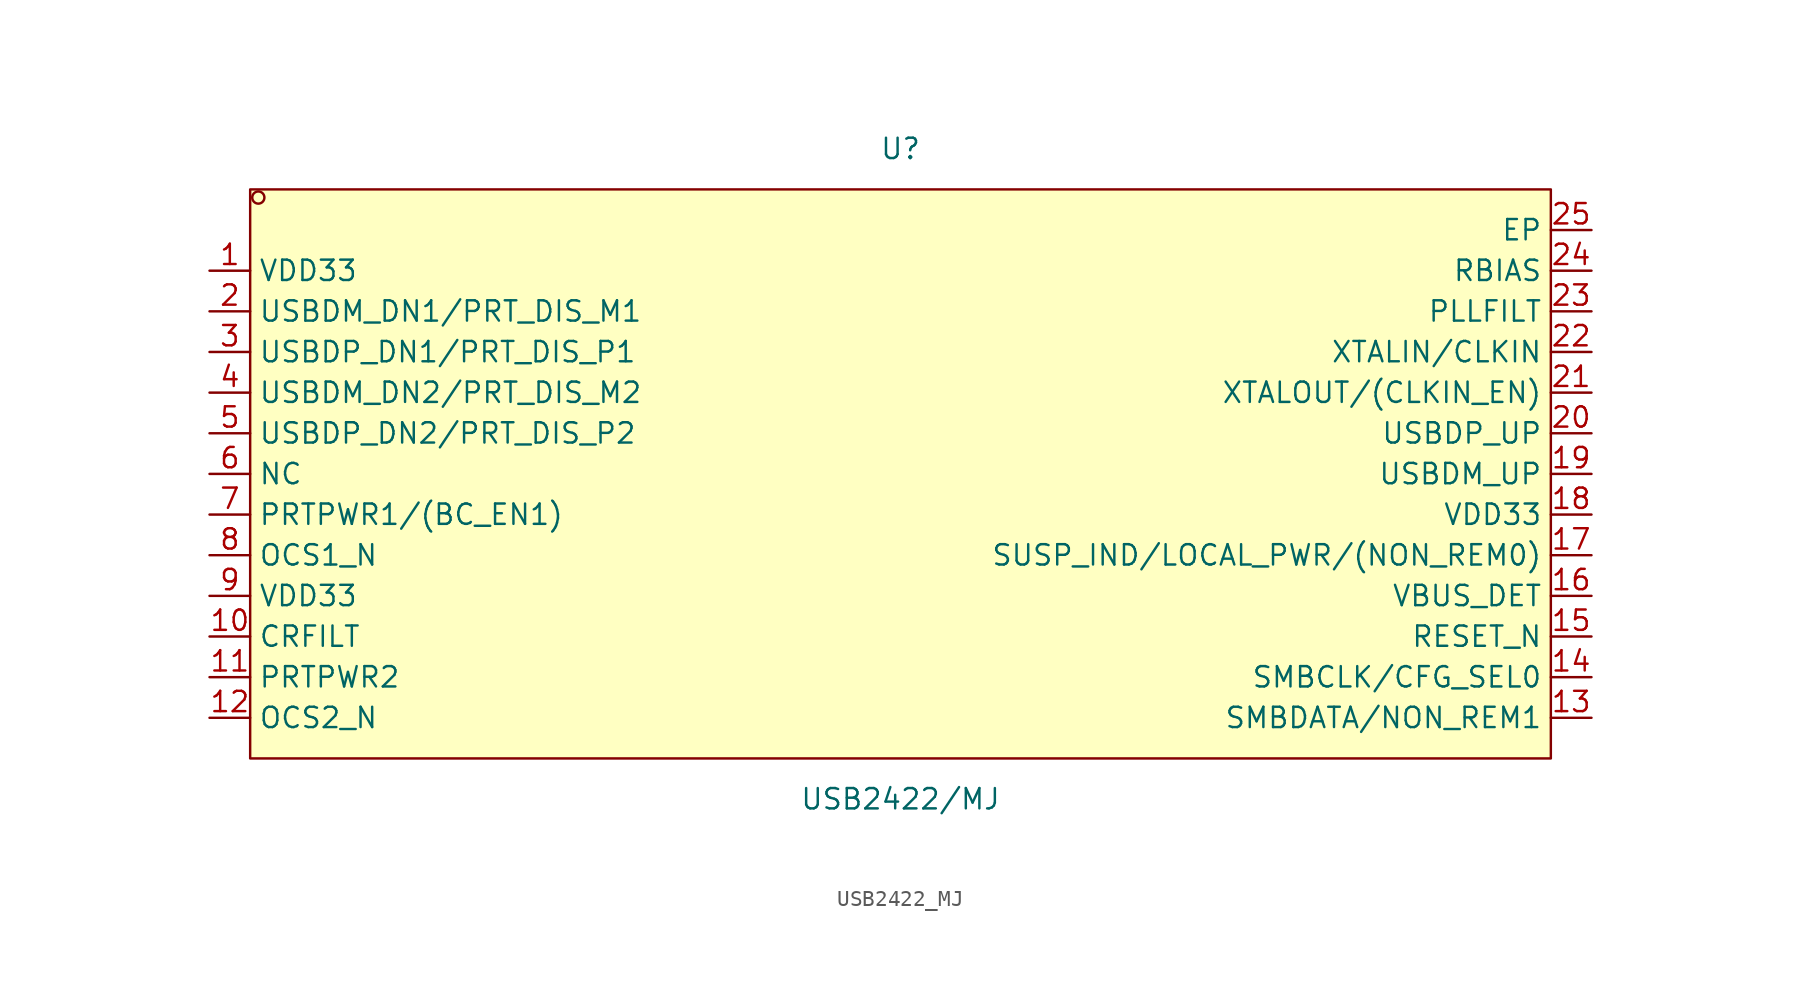
<source format=kicad_sym>
(kicad_symbol_lib
  (version 20211014)
  (generator https://github.com/uPesy/easyeda2kicad.py)
  (symbol "USB2422_MJ"
    (property "Reference" "U"
      (at 0 20.32 0)
      (effects (font (size 1.27 1.27))))
    (property "Value" "USB2422/MJ"
      (at 0 -20.32 0)
      (effects (font (size 1.27 1.27))))
    (symbol "USB2422_MJ_0_1"
      (rectangle (start -40.64 17.78) (end 40.64 -17.78) (stroke (width 0) (type default) (color 0 0 0 0)) (fill (type background)))
      (circle (center -40.13 17.27) (radius 0.38) (stroke (width 0) (type default) (color 0 0 0 0)) (fill (type none)))
      (pin unspecified line (at -43.18 12.70 0) (length 2.54) (name "VDD33" (effects (font (size 1.27 1.27)))) (number "1" (effects (font (size 1.27 1.27)))))
      (pin unspecified line (at -43.18 10.16 0) (length 2.54) (name "USBDM_DN1/PRT_DIS_M1" (effects (font (size 1.27 1.27)))) (number "2" (effects (font (size 1.27 1.27)))))
      (pin unspecified line (at -43.18 7.62 0) (length 2.54) (name "USBDP_DN1/PRT_DIS_P1" (effects (font (size 1.27 1.27)))) (number "3" (effects (font (size 1.27 1.27)))))
      (pin unspecified line (at -43.18 5.08 0) (length 2.54) (name "USBDM_DN2/PRT_DIS_M2" (effects (font (size 1.27 1.27)))) (number "4" (effects (font (size 1.27 1.27)))))
      (pin unspecified line (at -43.18 2.54 0) (length 2.54) (name "USBDP_DN2/PRT_DIS_P2" (effects (font (size 1.27 1.27)))) (number "5" (effects (font (size 1.27 1.27)))))
      (pin unspecified line (at -43.18 -0.00 0) (length 2.54) (name "NC" (effects (font (size 1.27 1.27)))) (number "6" (effects (font (size 1.27 1.27)))))
      (pin unspecified line (at -43.18 -2.54 0) (length 2.54) (name "PRTPWR1/(BC_EN1)" (effects (font (size 1.27 1.27)))) (number "7" (effects (font (size 1.27 1.27)))))
      (pin unspecified line (at -43.18 -5.08 0) (length 2.54) (name "OCS1_N" (effects (font (size 1.27 1.27)))) (number "8" (effects (font (size 1.27 1.27)))))
      (pin unspecified line (at -43.18 -7.62 0) (length 2.54) (name "VDD33" (effects (font (size 1.27 1.27)))) (number "9" (effects (font (size 1.27 1.27)))))
      (pin unspecified line (at -43.18 -10.16 0) (length 2.54) (name "CRFILT" (effects (font (size 1.27 1.27)))) (number "10" (effects (font (size 1.27 1.27)))))
      (pin unspecified line (at -43.18 -12.70 0) (length 2.54) (name "PRTPWR2" (effects (font (size 1.27 1.27)))) (number "11" (effects (font (size 1.27 1.27)))))
      (pin unspecified line (at -43.18 -15.24 0) (length 2.54) (name "OCS2_N" (effects (font (size 1.27 1.27)))) (number "12" (effects (font (size 1.27 1.27)))))
      (pin unspecified line (at 43.18 -15.24 180) (length 2.54) (name "SMBDATA/NON_REM1" (effects (font (size 1.27 1.27)))) (number "13" (effects (font (size 1.27 1.27)))))
      (pin unspecified line (at 43.18 -12.70 180) (length 2.54) (name "SMBCLK/CFG_SEL0" (effects (font (size 1.27 1.27)))) (number "14" (effects (font (size 1.27 1.27)))))
      (pin unspecified line (at 43.18 -10.16 180) (length 2.54) (name "RESET_N" (effects (font (size 1.27 1.27)))) (number "15" (effects (font (size 1.27 1.27)))))
      (pin unspecified line (at 43.18 -7.62 180) (length 2.54) (name "VBUS_DET" (effects (font (size 1.27 1.27)))) (number "16" (effects (font (size 1.27 1.27)))))
      (pin unspecified line (at 43.18 -5.08 180) (length 2.54) (name "SUSP_IND/LOCAL_PWR/(NON_REM0)" (effects (font (size 1.27 1.27)))) (number "17" (effects (font (size 1.27 1.27)))))
      (pin unspecified line (at 43.18 -2.54 180) (length 2.54) (name "VDD33" (effects (font (size 1.27 1.27)))) (number "18" (effects (font (size 1.27 1.27)))))
      (pin unspecified line (at 43.18 -0.00 180) (length 2.54) (name "USBDM_UP" (effects (font (size 1.27 1.27)))) (number "19" (effects (font (size 1.27 1.27)))))
      (pin unspecified line (at 43.18 2.54 180) (length 2.54) (name "USBDP_UP" (effects (font (size 1.27 1.27)))) (number "20" (effects (font (size 1.27 1.27)))))
      (pin unspecified line (at 43.18 5.08 180) (length 2.54) (name "XTALOUT/(CLKIN_EN)" (effects (font (size 1.27 1.27)))) (number "21" (effects (font (size 1.27 1.27)))))
      (pin unspecified line (at 43.18 7.62 180) (length 2.54) (name "XTALIN/CLKIN" (effects (font (size 1.27 1.27)))) (number "22" (effects (font (size 1.27 1.27)))))
      (pin unspecified line (at 43.18 10.16 180) (length 2.54) (name "PLLFILT" (effects (font (size 1.27 1.27)))) (number "23" (effects (font (size 1.27 1.27)))))
      (pin unspecified line (at 43.18 12.70 180) (length 2.54) (name "RBIAS" (effects (font (size 1.27 1.27)))) (number "24" (effects (font (size 1.27 1.27)))))
      (pin unspecified line (at 43.18 15.24 180) (length 2.54) (name "EP" (effects (font (size 1.27 1.27)))) (number "25" (effects (font (size 1.27 1.27))))))))
</source>
